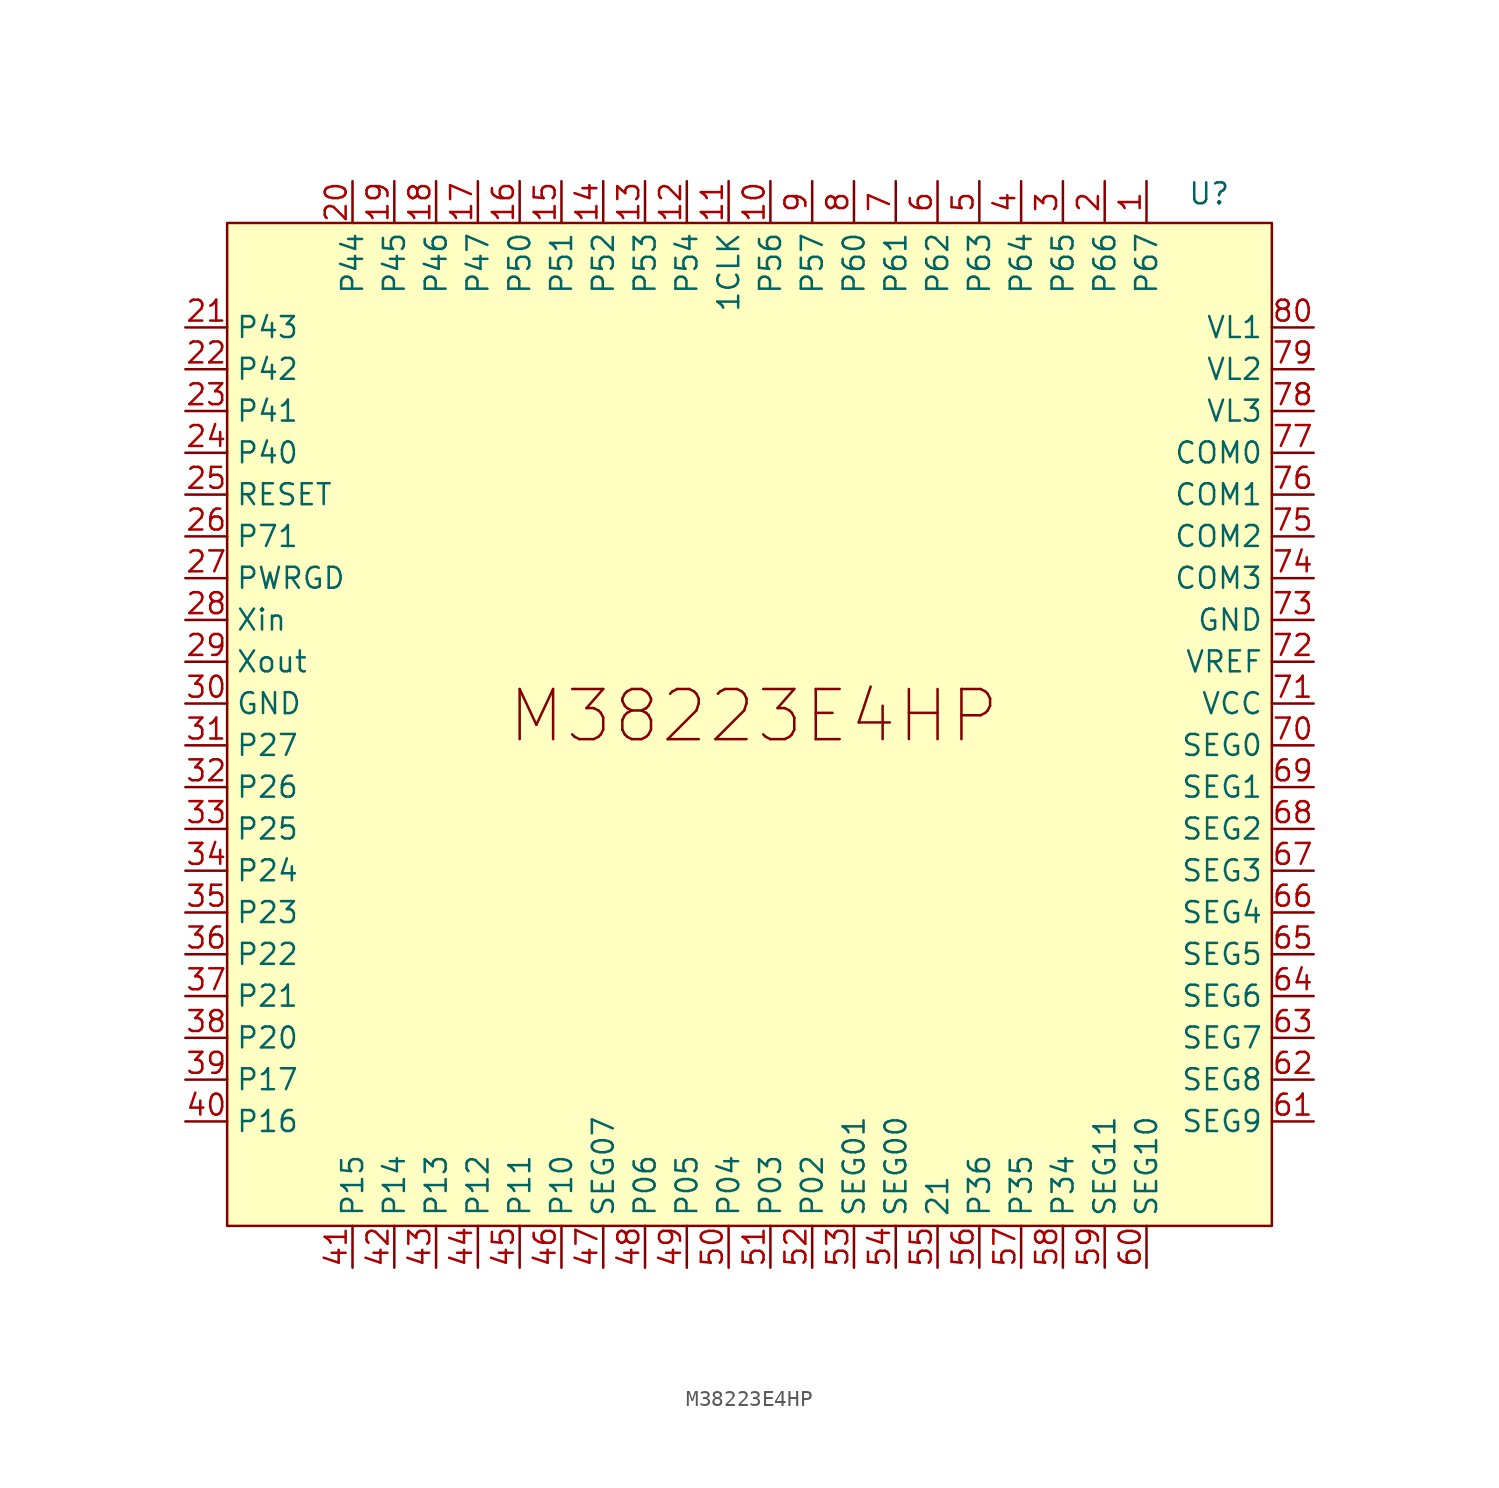
<source format=kicad_sym>
(kicad_symbol_lib
  (version 20241209)
  (generator "kicad_symbol_editor")
  (generator_version "9.0")
  (symbol "M38223E4HP"
    (property "Reference" "U"
      (at 27.94 32.258 0)
      (effects (font (size 1.27 1.27))))
    (property "Value" ""
      (at 0 0 0)
      (effects (font (size 1.27 1.27))))
    (symbol "M38223E4HP_1_1"
      (rectangle (start -31.75 30.48) (end 31.75 -30.48) (stroke (width 0) (type solid)) (fill (type color) (color 255 255 194 1)))
      (text "M38223E4HP" (at 0.254 0.508 0) (effects (font (size 3.048 3.048))))
      (pin input line (at -34.29 24.13 0) (length 2.54) (name "P43" (effects (font (size 1.27 1.27)))) (number "21" (effects (font (size 1.27 1.27)))))
      (pin input line (at -34.29 21.59 0) (length 2.54) (name "P42" (effects (font (size 1.27 1.27)))) (number "22" (effects (font (size 1.27 1.27)))))
      (pin input line (at -34.29 19.05 0) (length 2.54) (name "P41" (effects (font (size 1.27 1.27)))) (number "23" (effects (font (size 1.27 1.27)))))
      (pin input line (at -34.29 16.51 0) (length 2.54) (name "P40" (effects (font (size 1.27 1.27)))) (number "24" (effects (font (size 1.27 1.27)))))
      (pin input line (at -34.29 13.97 0) (length 2.54) (name "RESET" (effects (font (size 1.27 1.27)))) (number "25" (effects (font (size 1.27 1.27)))))
      (pin input line (at -34.29 11.43 0) (length 2.54) (name "P71" (effects (font (size 1.27 1.27)))) (number "26" (effects (font (size 1.27 1.27)))))
      (pin input line (at -34.29 8.89 0) (length 2.54) (name "PWRGD" (effects (font (size 1.27 1.27)))) (number "27" (effects (font (size 1.27 1.27)))))
      (pin input line (at -34.29 6.35 0) (length 2.54) (name "Xin" (effects (font (size 1.27 1.27)))) (number "28" (effects (font (size 1.27 1.27)))))
      (pin input line (at -34.29 3.81 0) (length 2.54) (name "Xout" (effects (font (size 1.27 1.27)))) (number "29" (effects (font (size 1.27 1.27)))))
      (pin input line (at -34.29 1.27 0) (length 2.54) (name "GND" (effects (font (size 1.27 1.27)))) (number "30" (effects (font (size 1.27 1.27)))))
      (pin bidirectional line (at -34.29 -1.27 0) (length 2.54) (name "P27" (effects (font (size 1.27 1.27)))) (number "31" (effects (font (size 1.27 1.27)))))
      (pin input line (at -34.29 -3.81 0) (length 2.54) (name "P26" (effects (font (size 1.27 1.27)))) (number "32" (effects (font (size 1.27 1.27)))))
      (pin input line (at -34.29 -6.35 0) (length 2.54) (name "P25" (effects (font (size 1.27 1.27)))) (number "33" (effects (font (size 1.27 1.27)))))
      (pin input line (at -34.29 -8.89 0) (length 2.54) (name "P24" (effects (font (size 1.27 1.27)))) (number "34" (effects (font (size 1.27 1.27)))))
      (pin input line (at -34.29 -11.43 0) (length 2.54) (name "P23" (effects (font (size 1.27 1.27)))) (number "35" (effects (font (size 1.27 1.27)))))
      (pin input line (at -34.29 -13.97 0) (length 2.54) (name "P22" (effects (font (size 1.27 1.27)))) (number "36" (effects (font (size 1.27 1.27)))))
      (pin input line (at -34.29 -16.51 0) (length 2.54) (name "P21" (effects (font (size 1.27 1.27)))) (number "37" (effects (font (size 1.27 1.27)))))
      (pin input line (at -34.29 -19.05 0) (length 2.54) (name "P20" (effects (font (size 1.27 1.27)))) (number "38" (effects (font (size 1.27 1.27)))))
      (pin bidirectional line (at -34.29 -21.59 0) (length 2.54) (name "P17" (effects (font (size 1.27 1.27)))) (number "39" (effects (font (size 1.27 1.27)))))
      (pin input line (at -34.29 -24.13 0) (length 2.54) (name "P16" (effects (font (size 1.27 1.27)))) (number "40" (effects (font (size 1.27 1.27)))))
      (pin input line (at -24.13 33.02 270) (length 2.54) (name "P44" (effects (font (size 1.27 1.27)))) (number "20" (effects (font (size 1.27 1.27)))))
      (pin bidirectional line (at -24.13 -33.02 90) (length 2.54) (name "P15" (effects (font (size 1.27 1.27)))) (number "41" (effects (font (size 1.27 1.27)))))
      (pin input line (at -21.59 33.02 270) (length 2.54) (name "P45" (effects (font (size 1.27 1.27)))) (number "19" (effects (font (size 1.27 1.27)))))
      (pin bidirectional line (at -21.59 -33.02 90) (length 2.54) (name "P14" (effects (font (size 1.27 1.27)))) (number "42" (effects (font (size 1.27 1.27)))))
      (pin input line (at -19.05 33.02 270) (length 2.54) (name "P46" (effects (font (size 1.27 1.27)))) (number "18" (effects (font (size 1.27 1.27)))))
      (pin input line (at -19.05 -33.02 90) (length 2.54) (name "P13" (effects (font (size 1.27 1.27)))) (number "43" (effects (font (size 1.27 1.27)))))
      (pin input line (at -16.51 33.02 270) (length 2.54) (name "P47" (effects (font (size 1.27 1.27)))) (number "17" (effects (font (size 1.27 1.27)))))
      (pin input line (at -16.51 -33.02 90) (length 2.54) (name "P12" (effects (font (size 1.27 1.27)))) (number "44" (effects (font (size 1.27 1.27)))))
      (pin input line (at -13.97 33.02 270) (length 2.54) (name "P50" (effects (font (size 1.27 1.27)))) (number "16" (effects (font (size 1.27 1.27)))))
      (pin input line (at -13.97 -33.02 90) (length 2.54) (name "P11" (effects (font (size 1.27 1.27)))) (number "45" (effects (font (size 1.27 1.27)))))
      (pin input line (at -11.43 33.02 270) (length 2.54) (name "P51" (effects (font (size 1.27 1.27)))) (number "15" (effects (font (size 1.27 1.27)))))
      (pin input line (at -11.43 -33.02 90) (length 2.54) (name "P10" (effects (font (size 1.27 1.27)))) (number "46" (effects (font (size 1.27 1.27)))))
      (pin input line (at -8.89 33.02 270) (length 2.54) (name "P52" (effects (font (size 1.27 1.27)))) (number "14" (effects (font (size 1.27 1.27)))))
      (pin input line (at -8.89 -33.02 90) (length 2.54) (name "SEG07" (effects (font (size 1.27 1.27)))) (number "47" (effects (font (size 1.27 1.27)))))
      (pin input line (at -6.35 33.02 270) (length 2.54) (name "P53" (effects (font (size 1.27 1.27)))) (number "13" (effects (font (size 1.27 1.27)))))
      (pin input line (at -6.35 -33.02 90) (length 2.54) (name "P06" (effects (font (size 1.27 1.27)))) (number "48" (effects (font (size 1.27 1.27)))))
      (pin input line (at -3.81 33.02 270) (length 2.54) (name "P54" (effects (font (size 1.27 1.27)))) (number "12" (effects (font (size 1.27 1.27)))))
      (pin input line (at -3.81 -33.02 90) (length 2.54) (name "P05" (effects (font (size 1.27 1.27)))) (number "49" (effects (font (size 1.27 1.27)))))
      (pin input line (at -1.27 33.02 270) (length 2.54) (name "1CLK" (effects (font (size 1.27 1.27)))) (number "11" (effects (font (size 1.27 1.27)))))
      (pin input line (at -1.27 -33.02 90) (length 2.54) (name "P04" (effects (font (size 1.27 1.27)))) (number "50" (effects (font (size 1.27 1.27)))))
      (pin input line (at 1.27 33.02 270) (length 2.54) (name "P56" (effects (font (size 1.27 1.27)))) (number "10" (effects (font (size 1.27 1.27)))))
      (pin input line (at 1.27 -33.02 90) (length 2.54) (name "P03" (effects (font (size 1.27 1.27)))) (number "51" (effects (font (size 1.27 1.27)))))
      (pin input line (at 3.81 33.02 270) (length 2.54) (name "P57" (effects (font (size 1.27 1.27)))) (number "9" (effects (font (size 1.27 1.27)))))
      (pin input line (at 3.81 -33.02 90) (length 2.54) (name "P02" (effects (font (size 1.27 1.27)))) (number "52" (effects (font (size 1.27 1.27)))))
      (pin input line (at 6.35 33.02 270) (length 2.54) (name "P60" (effects (font (size 1.27 1.27)))) (number "8" (effects (font (size 1.27 1.27)))))
      (pin input line (at 6.35 -33.02 90) (length 2.54) (name "SEG01" (effects (font (size 1.27 1.27)))) (number "53" (effects (font (size 1.27 1.27)))))
      (pin input line (at 8.89 33.02 270) (length 2.54) (name "P61" (effects (font (size 1.27 1.27)))) (number "7" (effects (font (size 1.27 1.27)))))
      (pin input line (at 8.89 -33.02 90) (length 2.54) (name "SEG00" (effects (font (size 1.27 1.27)))) (number "54" (effects (font (size 1.27 1.27)))))
      (pin input line (at 11.43 33.02 270) (length 2.54) (name "P62" (effects (font (size 1.27 1.27)))) (number "6" (effects (font (size 1.27 1.27)))))
      (pin input line (at 11.43 -33.02 90) (length 2.54) (name "21" (effects (font (size 1.27 1.27)))) (number "55" (effects (font (size 1.27 1.27)))))
      (pin input line (at 13.97 33.02 270) (length 2.54) (name "P63" (effects (font (size 1.27 1.27)))) (number "5" (effects (font (size 1.27 1.27)))))
      (pin input line (at 13.97 -33.02 90) (length 2.54) (name "P36" (effects (font (size 1.27 1.27)))) (number "56" (effects (font (size 1.27 1.27)))))
      (pin input line (at 16.51 33.02 270) (length 2.54) (name "P64" (effects (font (size 1.27 1.27)))) (number "4" (effects (font (size 1.27 1.27)))))
      (pin input line (at 16.51 -33.02 90) (length 2.54) (name "P35" (effects (font (size 1.27 1.27)))) (number "57" (effects (font (size 1.27 1.27)))))
      (pin input line (at 19.05 33.02 270) (length 2.54) (name "P65" (effects (font (size 1.27 1.27)))) (number "3" (effects (font (size 1.27 1.27)))))
      (pin input line (at 19.05 -33.02 90) (length 2.54) (name "P34" (effects (font (size 1.27 1.27)))) (number "58" (effects (font (size 1.27 1.27)))))
      (pin input line (at 21.59 33.02 270) (length 2.54) (name "P66" (effects (font (size 1.27 1.27)))) (number "2" (effects (font (size 1.27 1.27)))))
      (pin input line (at 21.59 -33.02 90) (length 2.54) (name "SEG11" (effects (font (size 1.27 1.27)))) (number "59" (effects (font (size 1.27 1.27)))))
      (pin input line (at 24.13 33.02 270) (length 2.54) (name "P67" (effects (font (size 1.27 1.27)))) (number "1" (effects (font (size 1.27 1.27)))))
      (pin input line (at 24.13 -33.02 90) (length 2.54) (name "SEG10" (effects (font (size 1.27 1.27)))) (number "60" (effects (font (size 1.27 1.27)))))
      (pin input line (at 34.29 24.13 180) (length 2.54) (name "VL1" (effects (font (size 1.27 1.27)))) (number "80" (effects (font (size 1.27 1.27)))))
      (pin input line (at 34.29 21.59 180) (length 2.54) (name "VL2" (effects (font (size 1.27 1.27)))) (number "79" (effects (font (size 1.27 1.27)))))
      (pin input line (at 34.29 19.05 180) (length 2.54) (name "VL3" (effects (font (size 1.27 1.27)))) (number "78" (effects (font (size 1.27 1.27)))))
      (pin input line (at 34.29 16.51 180) (length 2.54) (name "COM0" (effects (font (size 1.27 1.27)))) (number "77" (effects (font (size 1.27 1.27)))))
      (pin input line (at 34.29 13.97 180) (length 2.54) (name "COM1" (effects (font (size 1.27 1.27)))) (number "76" (effects (font (size 1.27 1.27)))))
      (pin input line (at 34.29 11.43 180) (length 2.54) (name "COM2" (effects (font (size 1.27 1.27)))) (number "75" (effects (font (size 1.27 1.27)))))
      (pin input line (at 34.29 8.89 180) (length 2.54) (name "COM3" (effects (font (size 1.27 1.27)))) (number "74" (effects (font (size 1.27 1.27)))))
      (pin input line (at 34.29 6.35 180) (length 2.54) (name "GND" (effects (font (size 1.27 1.27)))) (number "73" (effects (font (size 1.27 1.27)))))
      (pin input line (at 34.29 3.81 180) (length 2.54) (name "VREF" (effects (font (size 1.27 1.27)))) (number "72" (effects (font (size 1.27 1.27)))))
      (pin input line (at 34.29 1.27 180) (length 2.54) (name "VCC" (effects (font (size 1.27 1.27)))) (number "71" (effects (font (size 1.27 1.27)))))
      (pin input line (at 34.29 -1.27 180) (length 2.54) (name "SEG0" (effects (font (size 1.27 1.27)))) (number "70" (effects (font (size 1.27 1.27)))))
      (pin input line (at 34.29 -3.81 180) (length 2.54) (name "SEG1" (effects (font (size 1.27 1.27)))) (number "69" (effects (font (size 1.27 1.27)))))
      (pin input line (at 34.29 -6.35 180) (length 2.54) (name "SEG2" (effects (font (size 1.27 1.27)))) (number "68" (effects (font (size 1.27 1.27)))))
      (pin input line (at 34.29 -8.89 180) (length 2.54) (name "SEG3" (effects (font (size 1.27 1.27)))) (number "67" (effects (font (size 1.27 1.27)))))
      (pin input line (at 34.29 -11.43 180) (length 2.54) (name "SEG4" (effects (font (size 1.27 1.27)))) (number "66" (effects (font (size 1.27 1.27)))))
      (pin input line (at 34.29 -13.97 180) (length 2.54) (name "SEG5" (effects (font (size 1.27 1.27)))) (number "65" (effects (font (size 1.27 1.27)))))
      (pin input line (at 34.29 -16.51 180) (length 2.54) (name "SEG6" (effects (font (size 1.27 1.27)))) (number "64" (effects (font (size 1.27 1.27)))))
      (pin input line (at 34.29 -19.05 180) (length 2.54) (name "SEG7" (effects (font (size 1.27 1.27)))) (number "63" (effects (font (size 1.27 1.27)))))
      (pin input line (at 34.29 -21.59 180) (length 2.54) (name "SEG8" (effects (font (size 1.27 1.27)))) (number "62" (effects (font (size 1.27 1.27)))))
      (pin input line (at 34.29 -24.13 180) (length 2.54) (name "SEG9" (effects (font (size 1.27 1.27)))) (number "61" (effects (font (size 1.27 1.27))))))))
</source>
